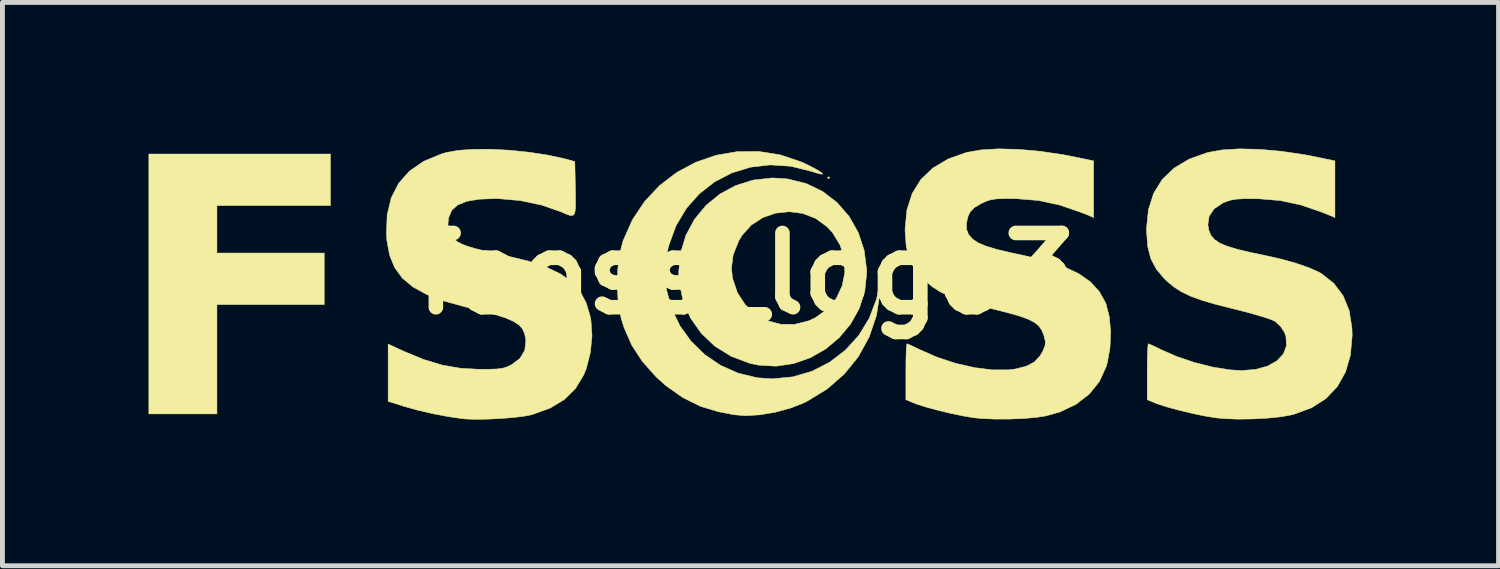
<source format=kicad_pcb>
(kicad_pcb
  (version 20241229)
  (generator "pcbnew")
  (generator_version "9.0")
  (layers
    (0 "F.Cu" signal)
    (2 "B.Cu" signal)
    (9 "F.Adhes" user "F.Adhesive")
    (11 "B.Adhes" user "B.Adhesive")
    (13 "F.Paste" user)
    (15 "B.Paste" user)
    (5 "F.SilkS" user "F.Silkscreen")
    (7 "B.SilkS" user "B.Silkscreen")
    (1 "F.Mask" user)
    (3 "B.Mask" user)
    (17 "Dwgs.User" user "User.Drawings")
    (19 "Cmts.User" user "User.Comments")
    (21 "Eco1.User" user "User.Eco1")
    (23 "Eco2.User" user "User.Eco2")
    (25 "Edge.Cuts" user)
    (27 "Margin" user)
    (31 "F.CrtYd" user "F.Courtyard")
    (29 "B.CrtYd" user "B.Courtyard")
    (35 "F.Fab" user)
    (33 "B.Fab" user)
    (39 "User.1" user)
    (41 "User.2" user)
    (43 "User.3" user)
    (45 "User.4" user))
  (footprint "fsoss_logo3"
    (layer "F.Cu")
    (at 12.282 2.566)
    (property "Reference" "fsoss_logo3" (at 0 0 0) (layer "F.SilkS") (effects (font (size 1.524 1.524) (thickness 0.3))))
    (attr through_hole)
    (fp_poly (pts (xy 1.693 -1.968) (xy 1.672 -1.947) (xy 1.651 -1.968) (xy 1.672 -1.99) (xy 1.693 -1.968)) (stroke (width 0.01) (type solid)) (fill yes) (layer "F.SilkS"))
    (fp_poly (pts (xy -8.551 -1.397) (xy -10.88 -1.397) (xy -10.88 -0.423) (xy -8.678 -0.423) (xy -8.678 0.635) (xy -10.88 0.635) (xy -10.88 2.879) (xy -12.277 2.879) (xy -12.277 -2.455) (xy -8.551 -2.455) (xy -8.551 -1.397)) (stroke (width 0.01) (type solid)) (fill yes) (layer "F.SilkS"))
    (fp_poly (pts (xy 0.836 -1.943) (xy 1.214 -1.849) (xy 1.554 -1.685) (xy 1.849 -1.458) (xy 2.094 -1.175) (xy 2.281 -0.846) (xy 2.403 -0.479) (xy 2.454 -0.08) (xy 2.455 -0.009) (xy 2.416 0.365) (xy 2.303 0.715) (xy 2.125 1.033) (xy 1.893 1.312) (xy 1.615 1.545) (xy 1.3 1.725) (xy 0.958 1.845) (xy 0.598 1.899) (xy 0.228 1.877) (xy 0.054 1.84) (xy -0.327 1.696) (xy -0.661 1.489) (xy -0.94 1.224) (xy -1.16 0.912) (xy -1.313 0.559) (xy -1.393 0.175) (xy -1.404 -0.023) (xy -1.395 -0.115) (xy -0.321 -0.115) (xy -0.298 0.096) (xy -0.198 0.391) (xy -0.038 0.638) (xy 0.172 0.832) (xy 0.419 0.967) (xy 0.692 1.039) (xy 0.979 1.04) (xy 1.268 0.967) (xy 1.401 0.905) (xy 1.648 0.728) (xy 1.832 0.505) (xy 1.952 0.25) (xy 2.007 -0.025) (xy 1.994 -0.306) (xy 1.912 -0.581) (xy 1.759 -0.835) (xy 1.644 -0.961) (xy 1.408 -1.133) (xy 1.143 -1.236) (xy 0.865 -1.271) (xy 0.586 -1.242) (xy 0.323 -1.15) (xy 0.088 -0.998) (xy -0.102 -0.787) (xy -0.171 -0.672) (xy -0.285 -0.387) (xy -0.321 -0.115) (xy -1.395 -0.115) (xy -1.366 -0.419) (xy -1.256 -0.784) (xy -1.08 -1.113) (xy -0.845 -1.398) (xy -0.561 -1.632) (xy -0.234 -1.808) (xy 0.127 -1.921) (xy 0.516 -1.964) (xy 0.836 -1.943)) (stroke (width 0.01) (type solid)) (fill yes) (layer "F.SilkS"))
    (fp_poly (pts (xy 0.686 -2.437) (xy 1.125 -2.288) (xy 1.27 -2.22) (xy 1.437 -2.131) (xy 1.531 -2.071) (xy 1.551 -2.043) (xy 1.495 -2.046) (xy 1.365 -2.085) (xy 1.326 -2.098) (xy 0.898 -2.204) (xy 0.477 -2.232) (xy 0.071 -2.185) (xy -0.313 -2.067) (xy -0.665 -1.885) (xy -0.978 -1.641) (xy -1.245 -1.34) (xy -1.456 -0.987) (xy -1.604 -0.586) (xy -1.636 -0.456) (xy -1.681 -0.049) (xy -1.649 0.347) (xy -1.545 0.724) (xy -1.376 1.074) (xy -1.149 1.388) (xy -0.871 1.66) (xy -0.547 1.881) (xy -0.185 2.042) (xy 0.209 2.137) (xy 0.521 2.159) (xy 0.94 2.118) (xy 1.335 2.002) (xy 1.698 1.816) (xy 2.02 1.569) (xy 2.293 1.267) (xy 2.507 0.917) (xy 2.655 0.528) (xy 2.693 0.366) (xy 2.751 0.064) (xy 2.729 0.389) (xy 2.656 0.86) (xy 2.506 1.3) (xy 2.285 1.703) (xy 1.995 2.061) (xy 1.642 2.369) (xy 1.23 2.62) (xy 1.17 2.65) (xy 0.89 2.76) (xy 0.58 2.844) (xy 0.265 2.897) (xy -0.028 2.916) (xy -0.275 2.895) (xy -0.275 2.895) (xy -0.364 2.877) (xy -0.499 2.851) (xy -0.593 2.832) (xy -0.957 2.723) (xy -1.321 2.542) (xy -1.665 2.3) (xy -1.861 2.124) (xy -2.15 1.8) (xy -2.367 1.467) (xy -2.526 1.103) (xy -2.584 0.915) (xy -2.642 0.61) (xy -2.665 0.265) (xy -2.654 -0.089) (xy -2.611 -0.421) (xy -2.544 -0.677) (xy -2.352 -1.107) (xy -2.098 -1.486) (xy -1.791 -1.812) (xy -1.44 -2.079) (xy -1.053 -2.286) (xy -0.638 -2.429) (xy -0.204 -2.504) (xy 0.24 -2.508) (xy 0.686 -2.437)) (stroke (width 0.01) (type solid)) (fill yes) (layer "F.SilkS"))
    (fp_poly (pts (xy -4.878 -2.533) (xy -4.487 -2.493) (xy -4.106 -2.436) (xy -3.754 -2.361) (xy -3.662 -2.336) (xy -3.535 -2.301) (xy -3.523 -1.743) (xy -3.519 -1.505) (xy -3.521 -1.34) (xy -3.537 -1.241) (xy -3.572 -1.195) (xy -3.632 -1.194) (xy -3.724 -1.227) (xy -3.815 -1.267) (xy -4.211 -1.406) (xy -4.65 -1.499) (xy -5.101 -1.539) (xy -5.165 -1.54) (xy -5.496 -1.528) (xy -5.752 -1.485) (xy -5.939 -1.409) (xy -6.062 -1.297) (xy -6.126 -1.146) (xy -6.138 -1.014) (xy -6.13 -0.879) (xy -6.093 -0.789) (xy -6.014 -0.707) (xy -6.009 -0.703) (xy -5.939 -0.652) (xy -5.853 -0.606) (xy -5.739 -0.562) (xy -5.584 -0.516) (xy -5.378 -0.464) (xy -5.107 -0.403) (xy -4.911 -0.36) (xy -4.473 -0.253) (xy -4.113 -0.131) (xy -3.823 0.009) (xy -3.596 0.174) (xy -3.424 0.369) (xy -3.302 0.599) (xy -3.221 0.871) (xy -3.204 0.958) (xy -3.182 1.277) (xy -3.216 1.619) (xy -3.299 1.945) (xy -3.354 2.082) (xy -3.521 2.358) (xy -3.748 2.582) (xy -4.04 2.759) (xy -4.402 2.89) (xy -4.426 2.897) (xy -4.583 2.927) (xy -4.8 2.953) (xy -5.051 2.973) (xy -5.311 2.986) (xy -5.556 2.99) (xy -5.76 2.984) (xy -5.821 2.979) (xy -6.116 2.937) (xy -6.445 2.875) (xy -6.769 2.8) (xy -7.033 2.726) (xy -7.366 2.621) (xy -7.366 1.445) (xy -7.055 1.589) (xy -6.641 1.761) (xy -6.259 1.876) (xy -5.882 1.942) (xy -5.503 1.963) (xy -5.283 1.962) (xy -5.127 1.956) (xy -5.013 1.94) (xy -4.922 1.912) (xy -4.837 1.872) (xy -4.661 1.74) (xy -4.562 1.574) (xy -4.54 1.373) (xy -4.544 1.337) (xy -4.567 1.226) (xy -4.61 1.132) (xy -4.682 1.052) (xy -4.793 0.98) (xy -4.95 0.911) (xy -5.164 0.842) (xy -5.443 0.766) (xy -5.788 0.681) (xy -6.221 0.562) (xy -6.576 0.428) (xy -6.859 0.272) (xy -7.076 0.09) (xy -7.233 -0.125) (xy -7.336 -0.377) (xy -7.391 -0.673) (xy -7.401 -0.808) (xy -7.386 -1.206) (xy -7.303 -1.555) (xy -7.15 -1.855) (xy -6.929 -2.104) (xy -6.64 -2.304) (xy -6.283 -2.453) (xy -6.176 -2.485) (xy -5.928 -2.53) (xy -5.616 -2.552) (xy -5.26 -2.553) (xy -4.878 -2.533)) (stroke (width 0.01) (type solid)) (fill yes) (layer "F.SilkS"))
    (fp_poly (pts (xy 10.519 -2.551) (xy 10.968 -2.511) (xy 11.441 -2.441) (xy 11.737 -2.383) (xy 12.065 -2.314) (xy 12.065 -1.153) (xy 11.811 -1.256) (xy 11.372 -1.408) (xy 10.95 -1.499) (xy 10.51 -1.536) (xy 10.435 -1.538) (xy 10.214 -1.538) (xy 10.055 -1.53) (xy 9.934 -1.51) (xy 9.829 -1.477) (xy 9.767 -1.451) (xy 9.588 -1.333) (xy 9.484 -1.182) (xy 9.457 -1.002) (xy 9.479 -0.885) (xy 9.522 -0.784) (xy 9.594 -0.7) (xy 9.703 -0.626) (xy 9.86 -0.56) (xy 10.074 -0.496) (xy 10.355 -0.43) (xy 10.595 -0.381) (xy 10.942 -0.303) (xy 11.258 -0.216) (xy 11.528 -0.123) (xy 11.736 -0.031) (xy 11.788 -0.001) (xy 12.045 0.202) (xy 12.234 0.455) (xy 12.357 0.758) (xy 12.414 1.113) (xy 12.419 1.27) (xy 12.383 1.672) (xy 12.281 2.022) (xy 12.113 2.32) (xy 11.88 2.565) (xy 11.583 2.754) (xy 11.224 2.886) (xy 11.172 2.899) (xy 10.955 2.938) (xy 10.681 2.966) (xy 10.378 2.982) (xy 10.073 2.986) (xy 9.794 2.976) (xy 9.618 2.959) (xy 9.399 2.923) (xy 9.147 2.871) (xy 8.888 2.809) (xy 8.648 2.745) (xy 8.451 2.683) (xy 8.371 2.653) (xy 8.213 2.587) (xy 8.213 2.013) (xy 8.214 1.804) (xy 8.218 1.629) (xy 8.225 1.503) (xy 8.233 1.443) (xy 8.235 1.439) (xy 8.282 1.457) (xy 8.381 1.503) (xy 8.5 1.561) (xy 8.826 1.704) (xy 9.187 1.825) (xy 9.555 1.917) (xy 9.904 1.974) (xy 10.147 1.989) (xy 10.439 1.965) (xy 10.684 1.897) (xy 10.875 1.789) (xy 11.006 1.649) (xy 11.07 1.482) (xy 11.06 1.294) (xy 11.032 1.21) (xy 10.951 1.084) (xy 10.84 0.982) (xy 10.832 0.977) (xy 10.745 0.939) (xy 10.593 0.888) (xy 10.392 0.829) (xy 10.16 0.767) (xy 9.982 0.722) (xy 9.623 0.632) (xy 9.334 0.547) (xy 9.103 0.463) (xy 8.914 0.372) (xy 8.756 0.27) (xy 8.613 0.151) (xy 8.568 0.107) (xy 8.4 -0.092) (xy 8.287 -0.305) (xy 8.223 -0.553) (xy 8.2 -0.854) (xy 8.199 -0.931) (xy 8.237 -1.314) (xy 8.344 -1.647) (xy 8.52 -1.932) (xy 8.765 -2.167) (xy 9.078 -2.353) (xy 9.452 -2.486) (xy 9.747 -2.539) (xy 10.108 -2.561) (xy 10.519 -2.551)) (stroke (width 0.01) (type solid)) (fill yes) (layer "F.SilkS"))
    (fp_poly (pts (xy 5.566 -2.551) (xy 6.015 -2.511) (xy 6.488 -2.441) (xy 6.784 -2.383) (xy 7.112 -2.314) (xy 7.112 -1.153) (xy 6.858 -1.256) (xy 6.413 -1.409) (xy 5.983 -1.501) (xy 5.534 -1.538) (xy 5.482 -1.539) (xy 5.269 -1.54) (xy 5.117 -1.534) (xy 5.005 -1.517) (xy 4.908 -1.487) (xy 4.805 -1.439) (xy 4.663 -1.355) (xy 4.578 -1.264) (xy 4.536 -1.177) (xy 4.503 -1.041) (xy 4.503 -0.919) (xy 4.505 -0.908) (xy 4.547 -0.803) (xy 4.623 -0.713) (xy 4.74 -0.634) (xy 4.909 -0.563) (xy 5.138 -0.494) (xy 5.437 -0.424) (xy 5.652 -0.379) (xy 6.112 -0.272) (xy 6.494 -0.147) (xy 6.804 -0.001) (xy 7.047 0.169) (xy 7.229 0.367) (xy 7.356 0.595) (xy 7.368 0.627) (xy 7.435 0.888) (xy 7.462 1.194) (xy 7.449 1.515) (xy 7.395 1.822) (xy 7.369 1.911) (xy 7.231 2.214) (xy 7.023 2.472) (xy 6.751 2.682) (xy 6.421 2.839) (xy 6.138 2.919) (xy 5.932 2.951) (xy 5.669 2.973) (xy 5.378 2.985) (xy 5.086 2.985) (xy 4.822 2.974) (xy 4.665 2.959) (xy 4.446 2.923) (xy 4.194 2.871) (xy 3.935 2.809) (xy 3.695 2.745) (xy 3.498 2.683) (xy 3.418 2.653) (xy 3.26 2.587) (xy 3.26 2.013) (xy 3.261 1.804) (xy 3.265 1.629) (xy 3.272 1.503) (xy 3.28 1.443) (xy 3.282 1.439) (xy 3.329 1.457) (xy 3.428 1.503) (xy 3.547 1.561) (xy 3.908 1.718) (xy 4.289 1.843) (xy 4.671 1.929) (xy 5.035 1.975) (xy 5.36 1.975) (xy 5.51 1.956) (xy 5.735 1.898) (xy 5.897 1.813) (xy 6.013 1.689) (xy 6.068 1.595) (xy 6.115 1.483) (xy 6.122 1.391) (xy 6.093 1.272) (xy 6.089 1.26) (xy 6.047 1.157) (xy 5.986 1.072) (xy 5.896 0.999) (xy 5.765 0.933) (xy 5.583 0.868) (xy 5.339 0.799) (xy 5.036 0.724) (xy 4.676 0.634) (xy 4.387 0.549) (xy 4.155 0.465) (xy 3.967 0.375) (xy 3.808 0.274) (xy 3.666 0.156) (xy 3.615 0.107) (xy 3.445 -0.094) (xy 3.332 -0.309) (xy 3.267 -0.558) (xy 3.244 -0.861) (xy 3.244 -0.931) (xy 3.282 -1.313) (xy 3.39 -1.647) (xy 3.567 -1.932) (xy 3.813 -2.167) (xy 4.126 -2.353) (xy 4.499 -2.486) (xy 4.794 -2.539) (xy 5.155 -2.561) (xy 5.566 -2.551)) (stroke (width 0.01) (type solid)) (fill yes) (layer "F.SilkS")))
  (gr_rect
    (start -3 -3)
    (end 27.705 8.561)
    (stroke (width 0.1) (type default))
    (fill no)
    (layer "Edge.Cuts")))
</source>
